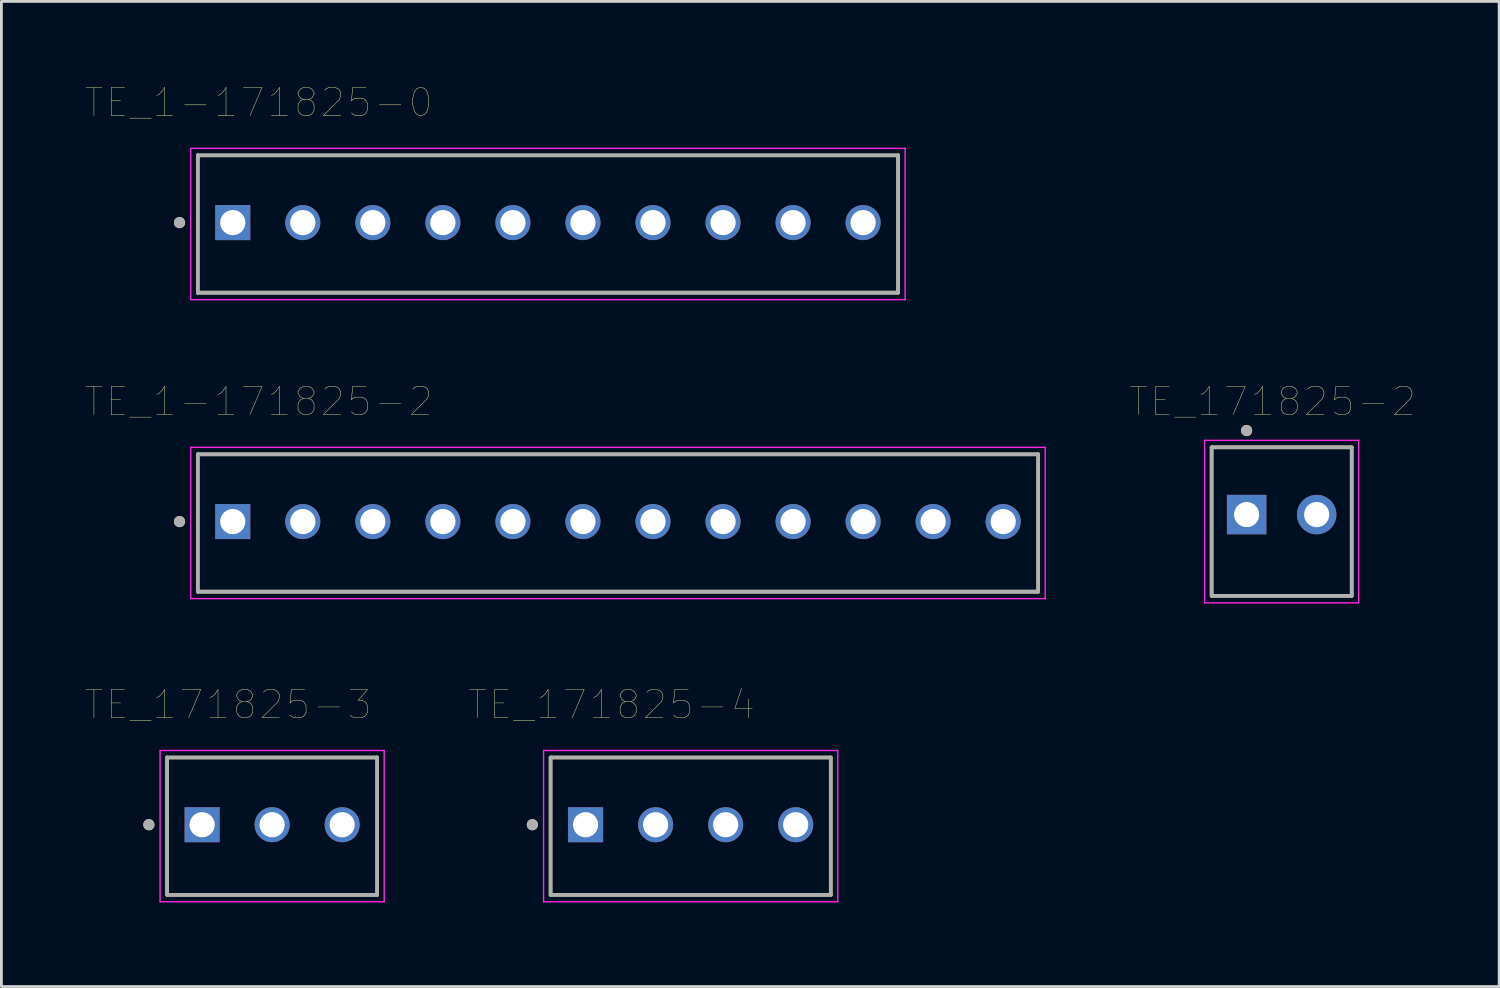
<source format=kicad_pcb>
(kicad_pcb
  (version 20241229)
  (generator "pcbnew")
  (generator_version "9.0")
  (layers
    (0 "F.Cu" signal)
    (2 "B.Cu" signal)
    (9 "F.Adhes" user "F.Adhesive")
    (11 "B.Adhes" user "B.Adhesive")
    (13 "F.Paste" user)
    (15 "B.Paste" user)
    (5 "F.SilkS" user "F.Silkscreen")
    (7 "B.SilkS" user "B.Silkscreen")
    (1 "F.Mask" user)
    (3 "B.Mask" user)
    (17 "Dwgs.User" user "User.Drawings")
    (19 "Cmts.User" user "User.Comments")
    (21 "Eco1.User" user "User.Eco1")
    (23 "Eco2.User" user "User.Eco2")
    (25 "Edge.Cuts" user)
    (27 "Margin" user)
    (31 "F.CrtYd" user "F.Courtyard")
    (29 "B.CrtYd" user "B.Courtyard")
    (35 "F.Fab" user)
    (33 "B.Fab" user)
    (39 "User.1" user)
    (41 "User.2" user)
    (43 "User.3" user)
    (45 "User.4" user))
  (footprint "TE_1-171825-2"
    (layer "F.Cu")
    (at 5.259 15.568)
    (property "Reference" "TE_1-171825-2" (at 0.925 -4.285 0) (layer "F.SilkS") (effects (font (size 1 1) (thickness 0.015))))
    (attr through_hole)
    (fp_line (start -1.25 2.5) (end -1.25 -2.4) (stroke (width 0.127) (type solid)) (layer "F.SilkS"))
    (fp_line (start 28.75 -2.4) (end -1.25 -2.4) (stroke (width 0.127) (type solid)) (layer "F.SilkS"))
    (fp_line (start 28.75 -2.4) (end 28.75 2.5) (stroke (width 0.127) (type solid)) (layer "F.SilkS"))
    (fp_line (start 28.75 2.5) (end -1.25 2.5) (stroke (width 0.127) (type solid)) (layer "F.SilkS"))
    (fp_circle (center -1.9 0) (end -1.8 0) (stroke (width 0.2) (type solid)) (fill no) (layer "F.SilkS"))
    (fp_line (start -1.5 -2.65) (end 29 -2.65) (stroke (width 0.05) (type solid)) (layer "F.CrtYd"))
    (fp_line (start -1.5 2.75) (end -1.5 -2.65) (stroke (width 0.05) (type solid)) (layer "F.CrtYd"))
    (fp_line (start 29 -2.65) (end 29 2.75) (stroke (width 0.05) (type solid)) (layer "F.CrtYd"))
    (fp_line (start 29 2.75) (end -1.5 2.75) (stroke (width 0.05) (type solid)) (layer "F.CrtYd"))
    (fp_line (start -1.25 -2.4) (end 28.75 -2.4) (stroke (width 0.127) (type solid)) (layer "F.Fab"))
    (fp_line (start -1.25 2.5) (end -1.25 -2.4) (stroke (width 0.127) (type solid)) (layer "F.Fab"))
    (fp_line (start -1.25 2.5) (end -1.25 2.5) (stroke (width 0.127) (type solid)) (layer "F.Fab"))
    (fp_line (start -1.25 2.5) (end 28.75 2.5) (stroke (width 0.127) (type solid)) (layer "F.Fab"))
    (fp_line (start 28.75 -2.4) (end 28.75 2.5) (stroke (width 0.127) (type solid)) (layer "F.Fab"))
    (fp_line (start 28.75 2.5) (end -1.25 2.5) (stroke (width 0.127) (type solid)) (layer "F.Fab"))
    (fp_line (start 28.75 2.5) (end 28.75 2.5) (stroke (width 0.127) (type solid)) (layer "F.Fab"))
    (fp_circle (center -1.9 0) (end -1.8 0) (stroke (width 0.2) (type solid)) (fill no) (layer "F.Fab"))
    (pad "1" thru_hole rect (at 0 0) (size 1.25 1.25) (drill 0.9) (layers "*.Cu" "*.Mask"))
    (pad "2" thru_hole circle (at 2.5 0) (size 1.25 1.25) (drill 0.9) (layers "*.Cu" "*.Mask"))
    (pad "3" thru_hole circle (at 5 0) (size 1.25 1.25) (drill 0.9) (layers "*.Cu" "*.Mask"))
    (pad "4" thru_hole circle (at 7.5 0) (size 1.25 1.25) (drill 0.9) (layers "*.Cu" "*.Mask"))
    (pad "5" thru_hole circle (at 10 0) (size 1.25 1.25) (drill 0.9) (layers "*.Cu" "*.Mask"))
    (pad "6" thru_hole circle (at 12.5 0) (size 1.25 1.25) (drill 0.9) (layers "*.Cu" "*.Mask"))
    (pad "7" thru_hole circle (at 15 0) (size 1.25 1.25) (drill 0.9) (layers "*.Cu" "*.Mask"))
    (pad "8" thru_hole circle (at 17.5 0) (size 1.25 1.25) (drill 0.9) (layers "*.Cu" "*.Mask"))
    (pad "9" thru_hole circle (at 20 0) (size 1.25 1.25) (drill 0.9) (layers "*.Cu" "*.Mask"))
    (pad "10" thru_hole circle (at 22.5 0) (size 1.25 1.25) (drill 0.9) (layers "*.Cu" "*.Mask"))
    (pad "11" thru_hole circle (at 25 0) (size 1.25 1.25) (drill 0.9) (layers "*.Cu" "*.Mask"))
    (pad "12" thru_hole circle (at 27.5 0) (size 1.25 1.25) (drill 0.9) (layers "*.Cu" "*.Mask")))
  (footprint "TE_171825-2"
    (layer "F.Cu")
    (at 42.699 15.318)
    (property "Reference" "TE_171825-2" (at -0.325 -4.035 0) (layer "F.SilkS") (effects (font (size 1 1) (thickness 0.015))))
    (attr through_hole)
    (fp_line (start -2.5 -2.4) (end 2.5 -2.4) (stroke (width 0.127) (type solid)) (layer "F.SilkS"))
    (fp_line (start -2.5 2.9) (end -2.5 -2.4) (stroke (width 0.127) (type solid)) (layer "F.SilkS"))
    (fp_line (start 2.5 -2.4) (end 2.5 2.9) (stroke (width 0.127) (type solid)) (layer "F.SilkS"))
    (fp_line (start 2.5 2.9) (end -2.5 2.9) (stroke (width 0.127) (type solid)) (layer "F.SilkS"))
    (fp_circle (center -1.25 -3) (end -1.15 -3) (stroke (width 0.2) (type solid)) (fill no) (layer "F.SilkS"))
    (fp_line (start -2.75 -2.65) (end 2.75 -2.65) (stroke (width 0.05) (type solid)) (layer "F.CrtYd"))
    (fp_line (start -2.75 3.15) (end -2.75 -2.65) (stroke (width 0.05) (type solid)) (layer "F.CrtYd"))
    (fp_line (start 2.75 -2.65) (end 2.75 3.15) (stroke (width 0.05) (type solid)) (layer "F.CrtYd"))
    (fp_line (start 2.75 3.15) (end -2.75 3.15) (stroke (width 0.05) (type solid)) (layer "F.CrtYd"))
    (fp_line (start -2.5 -2.4) (end 2.5 -2.4) (stroke (width 0.127) (type solid)) (layer "F.Fab"))
    (fp_line (start -2.5 2.9) (end -2.5 -2.4) (stroke (width 0.127) (type solid)) (layer "F.Fab"))
    (fp_line (start 2.5 -2.4) (end 2.5 2.9) (stroke (width 0.127) (type solid)) (layer "F.Fab"))
    (fp_line (start 2.5 2.9) (end -2.5 2.9) (stroke (width 0.127) (type solid)) (layer "F.Fab"))
    (fp_circle (center -1.25 -3) (end -1.15 -3) (stroke (width 0.2) (type solid)) (fill no) (layer "F.Fab"))
    (pad "1" thru_hole rect (at -1.25 0) (size 1.408 1.408) (drill 0.9) (layers "*.Cu" "*.Mask"))
    (pad "2" thru_hole circle (at 1.25 0) (size 1.408 1.408) (drill 0.9) (layers "*.Cu" "*.Mask")))
  (footprint "TE_171825-3"
    (layer "F.Cu")
    (at 4.164 26.389)
    (property "Reference" "TE_171825-3" (at 0.925 -4.285 0) (layer "F.SilkS") (effects (font (size 1 1) (thickness 0.015))))
    (attr through_hole)
    (fp_line (start -1.25 2.5) (end -1.25 -2.4) (stroke (width 0.127) (type solid)) (layer "F.SilkS"))
    (fp_line (start 6.25 -2.4) (end -1.25 -2.4) (stroke (width 0.127) (type solid)) (layer "F.SilkS"))
    (fp_line (start 6.25 -2.4) (end 6.25 2.5) (stroke (width 0.127) (type solid)) (layer "F.SilkS"))
    (fp_line (start 6.25 2.5) (end -1.25 2.5) (stroke (width 0.127) (type solid)) (layer "F.SilkS"))
    (fp_circle (center -1.9 0) (end -1.8 0) (stroke (width 0.2) (type solid)) (fill no) (layer "F.SilkS"))
    (fp_line (start -1.5 -2.65) (end 6.5 -2.65) (stroke (width 0.05) (type solid)) (layer "F.CrtYd"))
    (fp_line (start -1.5 2.75) (end -1.5 -2.65) (stroke (width 0.05) (type solid)) (layer "F.CrtYd"))
    (fp_line (start 6.5 -2.65) (end 6.5 2.75) (stroke (width 0.05) (type solid)) (layer "F.CrtYd"))
    (fp_line (start 6.5 2.75) (end -1.5 2.75) (stroke (width 0.05) (type solid)) (layer "F.CrtYd"))
    (fp_line (start -1.25 -2.4) (end 6.25 -2.4) (stroke (width 0.127) (type solid)) (layer "F.Fab"))
    (fp_line (start -1.25 2.5) (end -1.25 -2.4) (stroke (width 0.127) (type solid)) (layer "F.Fab"))
    (fp_line (start -1.25 2.5) (end -1.25 2.5) (stroke (width 0.127) (type solid)) (layer "F.Fab"))
    (fp_line (start -1.25 2.5) (end 6.25 2.5) (stroke (width 0.127) (type solid)) (layer "F.Fab"))
    (fp_line (start 6.25 -2.4) (end 6.25 2.5) (stroke (width 0.127) (type solid)) (layer "F.Fab"))
    (fp_line (start 6.25 2.5) (end -1.25 2.5) (stroke (width 0.127) (type solid)) (layer "F.Fab"))
    (fp_line (start 6.25 2.5) (end 6.25 2.5) (stroke (width 0.127) (type solid)) (layer "F.Fab"))
    (fp_circle (center -1.9 0) (end -1.8 0) (stroke (width 0.2) (type solid)) (fill no) (layer "F.Fab"))
    (pad "1" thru_hole rect (at 0 0) (size 1.25 1.25) (drill 0.9) (layers "*.Cu" "*.Mask"))
    (pad "2" thru_hole circle (at 2.5 0) (size 1.25 1.25) (drill 0.9) (layers "*.Cu" "*.Mask"))
    (pad "3" thru_hole circle (at 5 0) (size 1.25 1.25) (drill 0.9) (layers "*.Cu" "*.Mask")))
  (footprint "TE_171825-4"
    (layer "F.Cu")
    (at 17.853 26.389)
    (property "Reference" "TE_171825-4" (at 0.925 -4.285 0) (layer "F.SilkS") (effects (font (size 1 1) (thickness 0.015))))
    (attr through_hole)
    (fp_line (start -1.25 2.5) (end -1.25 -2.4) (stroke (width 0.127) (type solid)) (layer "F.SilkS"))
    (fp_line (start 8.75 -2.4) (end -1.25 -2.4) (stroke (width 0.127) (type solid)) (layer "F.SilkS"))
    (fp_line (start 8.75 -2.4) (end 8.75 2.5) (stroke (width 0.127) (type solid)) (layer "F.SilkS"))
    (fp_line (start 8.75 2.5) (end -1.25 2.5) (stroke (width 0.127) (type solid)) (layer "F.SilkS"))
    (fp_circle (center -1.9 0) (end -1.8 0) (stroke (width 0.2) (type solid)) (fill no) (layer "F.SilkS"))
    (fp_line (start -1.5 -2.65) (end 9 -2.65) (stroke (width 0.05) (type solid)) (layer "F.CrtYd"))
    (fp_line (start -1.5 2.75) (end -1.5 -2.65) (stroke (width 0.05) (type solid)) (layer "F.CrtYd"))
    (fp_line (start 9 -2.65) (end 9 2.75) (stroke (width 0.05) (type solid)) (layer "F.CrtYd"))
    (fp_line (start 9 2.75) (end -1.5 2.75) (stroke (width 0.05) (type solid)) (layer "F.CrtYd"))
    (fp_line (start -1.25 -2.4) (end 8.75 -2.4) (stroke (width 0.127) (type solid)) (layer "F.Fab"))
    (fp_line (start -1.25 2.5) (end -1.25 -2.4) (stroke (width 0.127) (type solid)) (layer "F.Fab"))
    (fp_line (start -1.25 2.5) (end -1.25 2.5) (stroke (width 0.127) (type solid)) (layer "F.Fab"))
    (fp_line (start -1.25 2.5) (end 8.75 2.5) (stroke (width 0.127) (type solid)) (layer "F.Fab"))
    (fp_line (start 8.75 -2.4) (end 8.75 2.5) (stroke (width 0.127) (type solid)) (layer "F.Fab"))
    (fp_line (start 8.75 2.5) (end -1.25 2.5) (stroke (width 0.127) (type solid)) (layer "F.Fab"))
    (fp_line (start 8.75 2.5) (end 8.75 2.5) (stroke (width 0.127) (type solid)) (layer "F.Fab"))
    (fp_circle (center -1.9 0) (end -1.8 0) (stroke (width 0.2) (type solid)) (fill no) (layer "F.Fab"))
    (pad "1" thru_hole rect (at 0 0) (size 1.25 1.25) (drill 0.9) (layers "*.Cu" "*.Mask"))
    (pad "2" thru_hole circle (at 2.5 0) (size 1.25 1.25) (drill 0.9) (layers "*.Cu" "*.Mask"))
    (pad "3" thru_hole circle (at 5 0) (size 1.25 1.25) (drill 0.9) (layers "*.Cu" "*.Mask"))
    (pad "4" thru_hole circle (at 7.5 0) (size 1.25 1.25) (drill 0.9) (layers "*.Cu" "*.Mask")))
  (footprint "TE_1-171825-0"
    (layer "F.Cu")
    (at 5.259 4.896)
    (property "Reference" "TE_1-171825-0" (at 0.925 -4.285 0) (layer "F.SilkS") (effects (font (size 1 1) (thickness 0.015))))
    (attr through_hole)
    (fp_line (start -1.25 2.5) (end -1.25 -2.4) (stroke (width 0.127) (type solid)) (layer "F.SilkS"))
    (fp_line (start 23.75 -2.4) (end -1.25 -2.4) (stroke (width 0.127) (type solid)) (layer "F.SilkS"))
    (fp_line (start 23.75 -2.4) (end 23.75 2.5) (stroke (width 0.127) (type solid)) (layer "F.SilkS"))
    (fp_line (start 23.75 2.5) (end -1.25 2.5) (stroke (width 0.127) (type solid)) (layer "F.SilkS"))
    (fp_circle (center -1.9 0) (end -1.8 0) (stroke (width 0.2) (type solid)) (fill no) (layer "F.SilkS"))
    (fp_line (start -1.5 -2.65) (end 24 -2.65) (stroke (width 0.05) (type solid)) (layer "F.CrtYd"))
    (fp_line (start -1.5 2.75) (end -1.5 -2.65) (stroke (width 0.05) (type solid)) (layer "F.CrtYd"))
    (fp_line (start 24 -2.65) (end 24 2.75) (stroke (width 0.05) (type solid)) (layer "F.CrtYd"))
    (fp_line (start 24 2.75) (end -1.5 2.75) (stroke (width 0.05) (type solid)) (layer "F.CrtYd"))
    (fp_line (start -1.25 -2.4) (end 23.75 -2.4) (stroke (width 0.127) (type solid)) (layer "F.Fab"))
    (fp_line (start -1.25 2.5) (end -1.25 -2.4) (stroke (width 0.127) (type solid)) (layer "F.Fab"))
    (fp_line (start -1.25 2.5) (end -1.25 2.5) (stroke (width 0.127) (type solid)) (layer "F.Fab"))
    (fp_line (start -1.25 2.5) (end 23.75 2.5) (stroke (width 0.127) (type solid)) (layer "F.Fab"))
    (fp_line (start 23.75 -2.4) (end 23.75 2.5) (stroke (width 0.127) (type solid)) (layer "F.Fab"))
    (fp_line (start 23.75 2.5) (end -1.25 2.5) (stroke (width 0.127) (type solid)) (layer "F.Fab"))
    (fp_line (start 23.75 2.5) (end 23.75 2.5) (stroke (width 0.127) (type solid)) (layer "F.Fab"))
    (fp_circle (center -1.9 0) (end -1.8 0) (stroke (width 0.2) (type solid)) (fill no) (layer "F.Fab"))
    (pad "1" thru_hole rect (at 0 0) (size 1.25 1.25) (drill 0.9) (layers "*.Cu" "*.Mask"))
    (pad "2" thru_hole circle (at 2.5 0) (size 1.25 1.25) (drill 0.9) (layers "*.Cu" "*.Mask"))
    (pad "3" thru_hole circle (at 5 0) (size 1.25 1.25) (drill 0.9) (layers "*.Cu" "*.Mask"))
    (pad "4" thru_hole circle (at 7.5 0) (size 1.25 1.25) (drill 0.9) (layers "*.Cu" "*.Mask"))
    (pad "5" thru_hole circle (at 10 0) (size 1.25 1.25) (drill 0.9) (layers "*.Cu" "*.Mask"))
    (pad "6" thru_hole circle (at 12.5 0) (size 1.25 1.25) (drill 0.9) (layers "*.Cu" "*.Mask"))
    (pad "7" thru_hole circle (at 15 0) (size 1.25 1.25) (drill 0.9) (layers "*.Cu" "*.Mask"))
    (pad "8" thru_hole circle (at 17.5 0) (size 1.25 1.25) (drill 0.9) (layers "*.Cu" "*.Mask"))
    (pad "9" thru_hole circle (at 20 0) (size 1.25 1.25) (drill 0.9) (layers "*.Cu" "*.Mask"))
    (pad "10" thru_hole circle (at 22.5 0) (size 1.25 1.25) (drill 0.9) (layers "*.Cu" "*.Mask")))
  (gr_rect
    (start -3 -3)
    (end 50.463 32.164)
    (stroke (width 0.1) (type default))
    (fill no)
    (layer "Edge.Cuts")))
</source>
